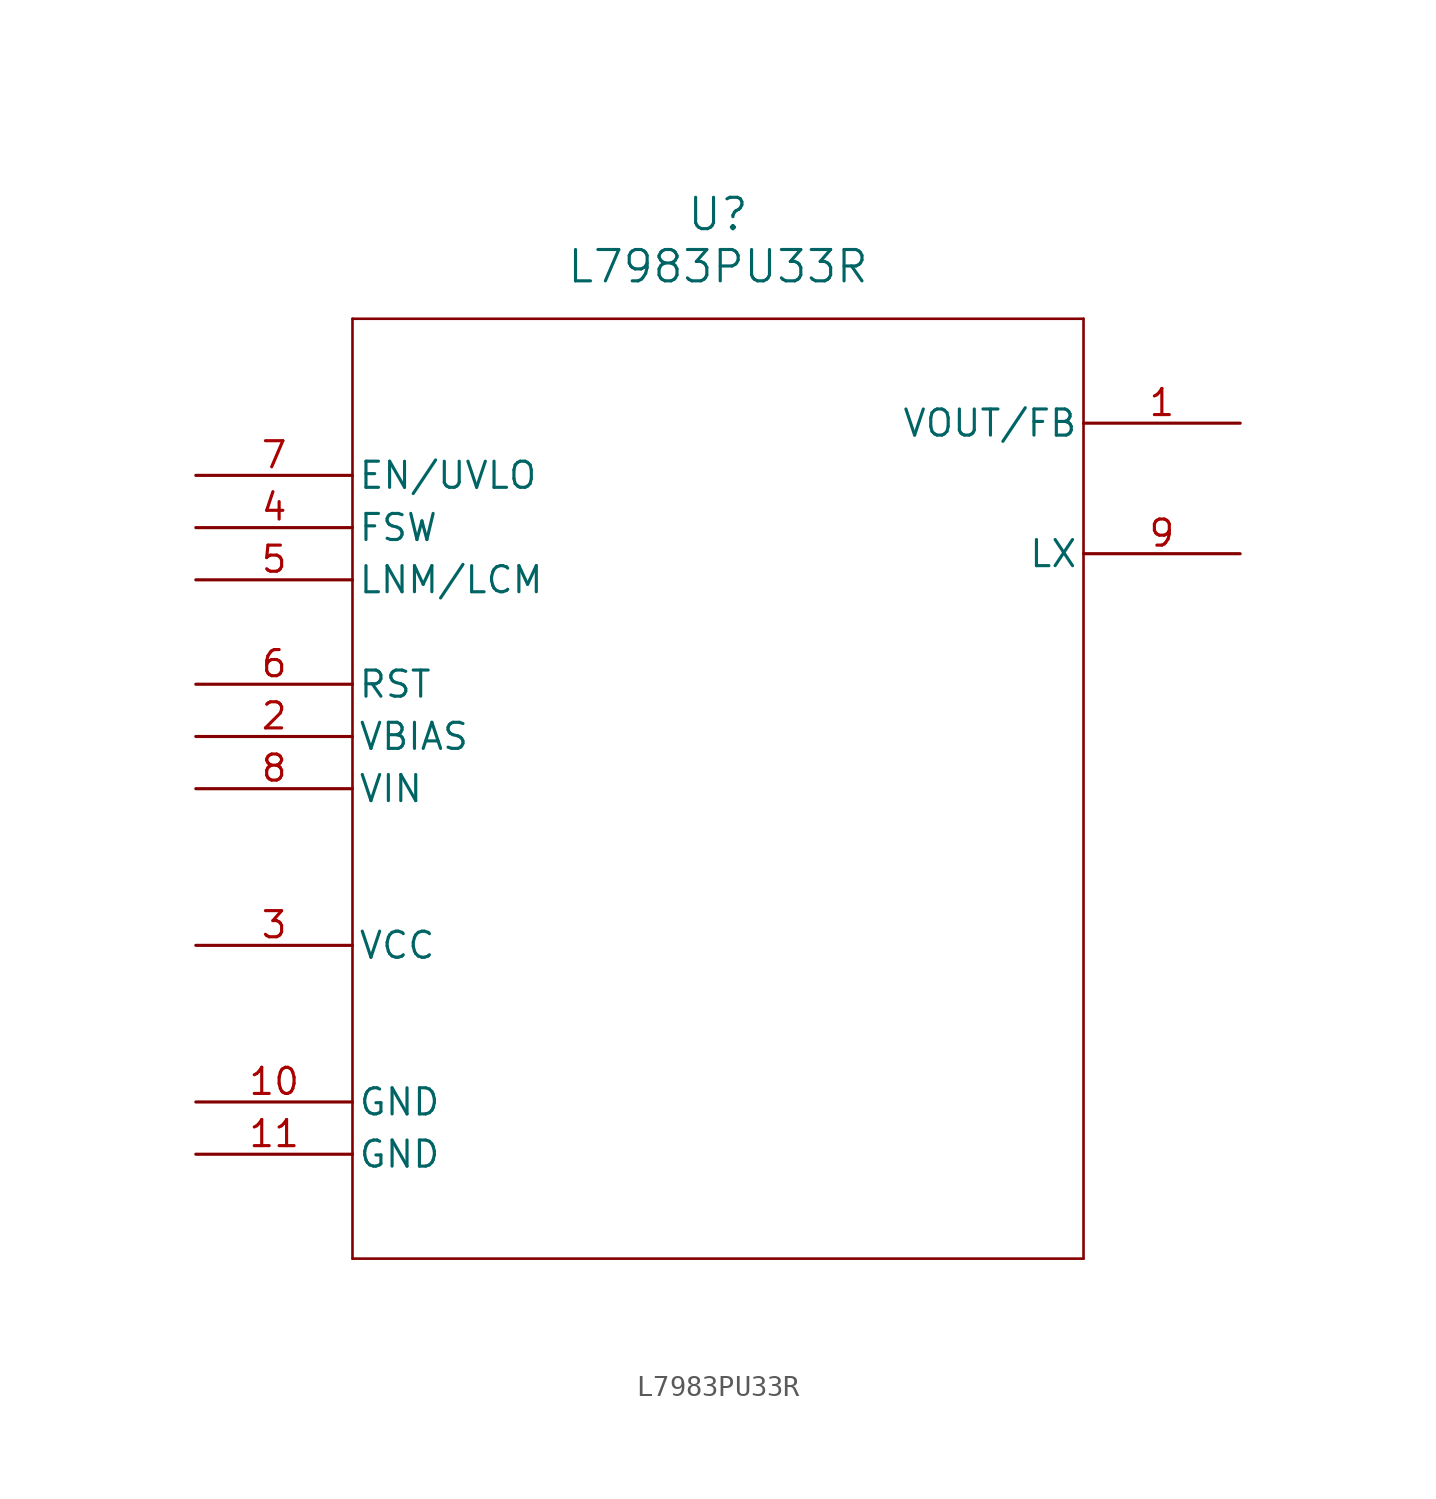
<source format=kicad_sym>
(kicad_symbol_lib
  (version 20231120)
  (generator "kicad_symbol_editor")
  (generator_version "8.0")
  (symbol "L7983PU33R"
    (pin_names
      (offset 0.254))
    (property "Reference" "U"
      (at 25.4 12.7 0)
      (effects (font (size 1.524 1.524))))
    (property "Value" "L7983PU33R"
      (at 25.4 10.16 0)
      (effects (font (size 1.524 1.524))))
    (property "ki_locked" ""
      (at 0 0 0)
      (effects (font (size 1.27 1.27))))
    (symbol "L7983PU33R_0_1"
      (polyline (pts (xy 7.62 -38.1) (xy 43.18 -38.1)) (stroke (width 0.127) (type default)) (fill (type none)))
      (polyline (pts (xy 7.62 7.62) (xy 7.62 -38.1)) (stroke (width 0.127) (type default)) (fill (type none)))
      (polyline (pts (xy 43.18 -38.1) (xy 43.18 7.62)) (stroke (width 0.127) (type default)) (fill (type none)))
      (polyline (pts (xy 43.18 7.62) (xy 7.62 7.62)) (stroke (width 0.127) (type default)) (fill (type none)))
      (pin output line (at 50.8 2.54 180) (length 7.62) (name "VOUT/FB" (effects (font (size 1.27 1.27)))) (number "1" (effects (font (size 1.27 1.27)))))
      (pin power_out line (at 0 -30.48 0) (length 7.62) (name "GND" (effects (font (size 1.27 1.27)))) (number "10" (effects (font (size 1.27 1.27)))))
      (pin power_out line (at 0 -33.02 0) (length 7.62) (name "GND" (effects (font (size 1.27 1.27)))) (number "11" (effects (font (size 1.27 1.27)))))
      (pin unspecified line (at 0 -12.7 0) (length 7.62) (name "VBIAS" (effects (font (size 1.27 1.27)))) (number "2" (effects (font (size 1.27 1.27)))))
      (pin power_in line (at 0 -22.86 0) (length 7.62) (name "VCC" (effects (font (size 1.27 1.27)))) (number "3" (effects (font (size 1.27 1.27)))))
      (pin unspecified line (at 0 -2.54 0) (length 7.62) (name "FSW" (effects (font (size 1.27 1.27)))) (number "4" (effects (font (size 1.27 1.27)))))
      (pin unspecified line (at 0 -5.08 0) (length 7.62) (name "LNM/LCM" (effects (font (size 1.27 1.27)))) (number "5" (effects (font (size 1.27 1.27)))))
      (pin unspecified line (at 0 -10.16 0) (length 7.62) (name "RST" (effects (font (size 1.27 1.27)))) (number "6" (effects (font (size 1.27 1.27)))))
      (pin unspecified line (at 0 0 0) (length 7.62) (name "EN/UVLO" (effects (font (size 1.27 1.27)))) (number "7" (effects (font (size 1.27 1.27)))))
      (pin unspecified line (at 0 -15.24 0) (length 7.62) (name "VIN" (effects (font (size 1.27 1.27)))) (number "8" (effects (font (size 1.27 1.27)))))
      (pin unspecified line (at 50.8 -3.81 180) (length 7.62) (name "LX" (effects (font (size 1.27 1.27)))) (number "9" (effects (font (size 1.27 1.27))))))))
</source>
